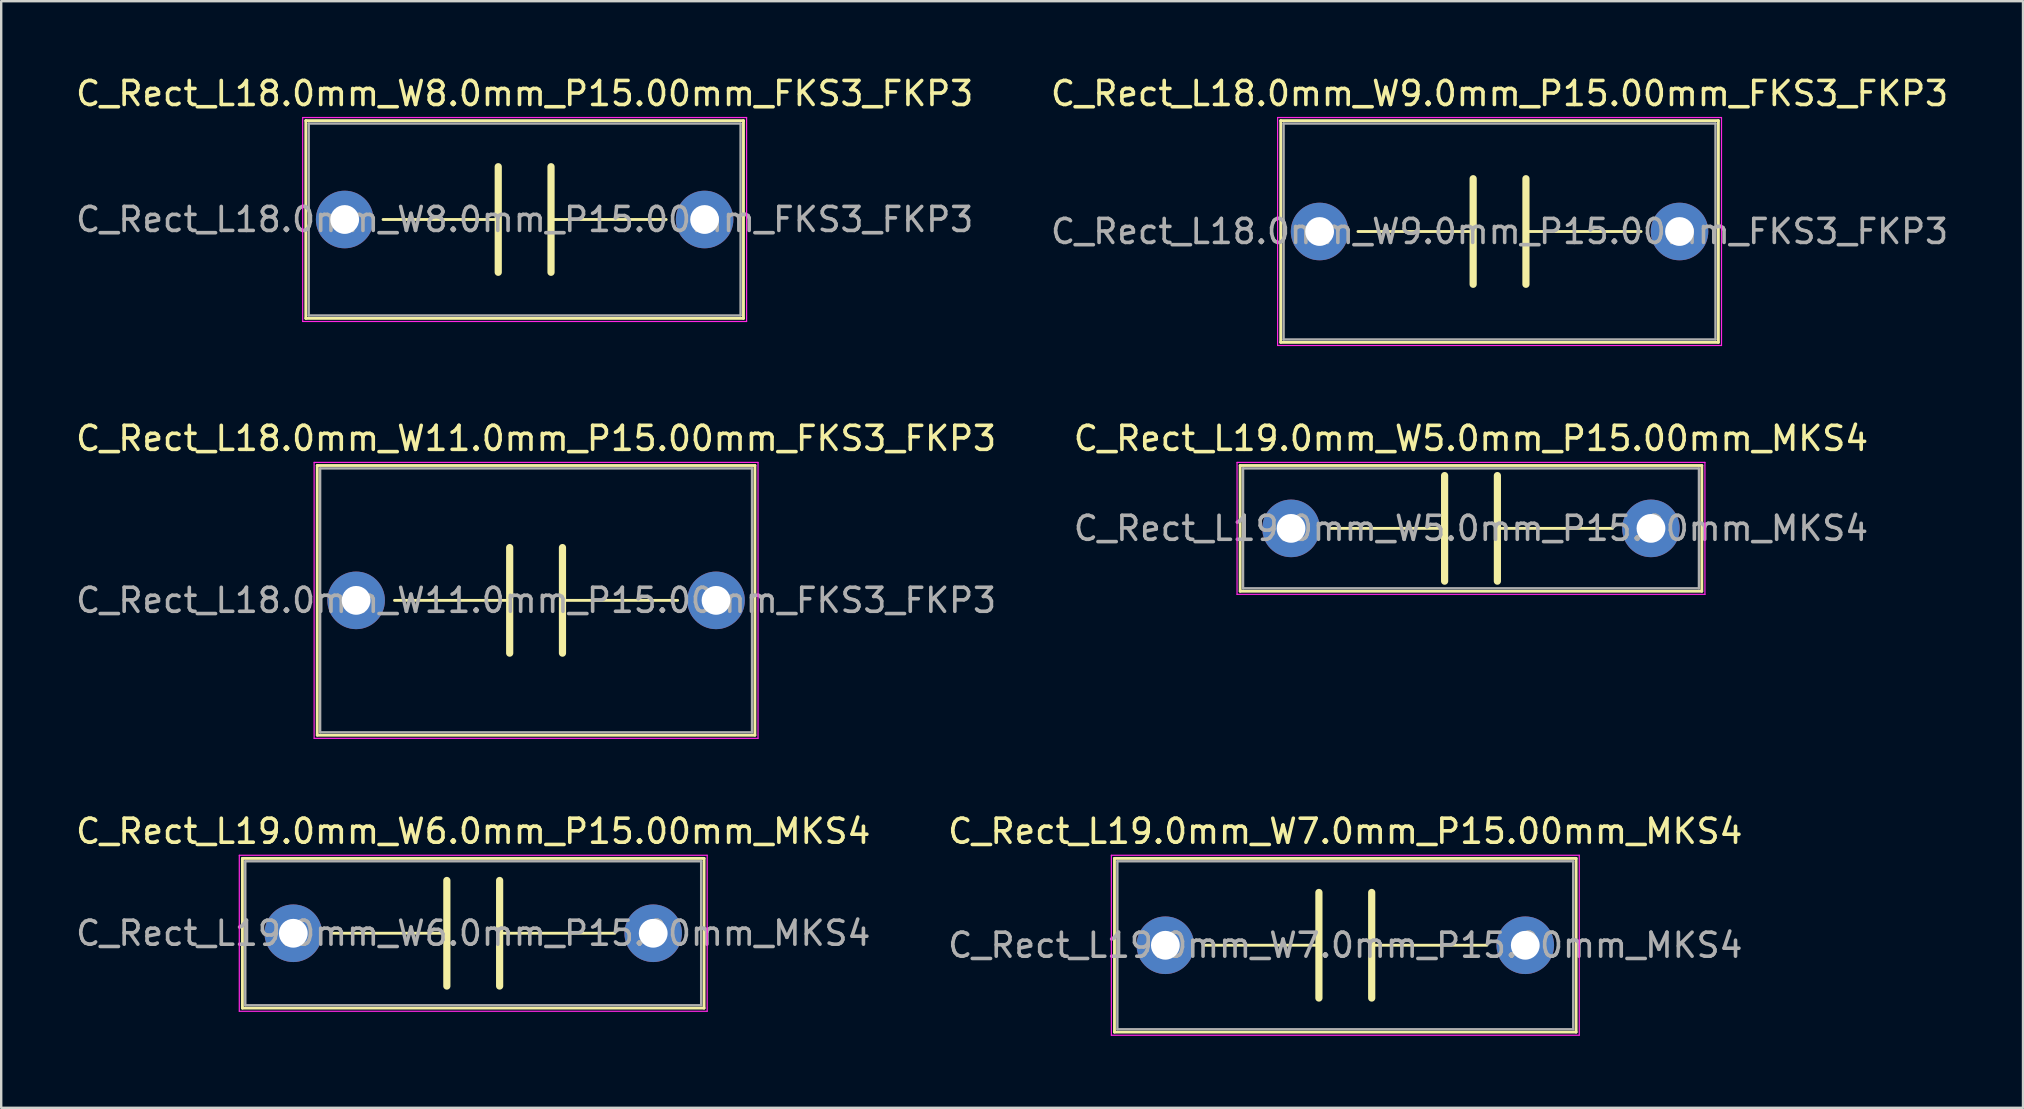
<source format=kicad_pcb>
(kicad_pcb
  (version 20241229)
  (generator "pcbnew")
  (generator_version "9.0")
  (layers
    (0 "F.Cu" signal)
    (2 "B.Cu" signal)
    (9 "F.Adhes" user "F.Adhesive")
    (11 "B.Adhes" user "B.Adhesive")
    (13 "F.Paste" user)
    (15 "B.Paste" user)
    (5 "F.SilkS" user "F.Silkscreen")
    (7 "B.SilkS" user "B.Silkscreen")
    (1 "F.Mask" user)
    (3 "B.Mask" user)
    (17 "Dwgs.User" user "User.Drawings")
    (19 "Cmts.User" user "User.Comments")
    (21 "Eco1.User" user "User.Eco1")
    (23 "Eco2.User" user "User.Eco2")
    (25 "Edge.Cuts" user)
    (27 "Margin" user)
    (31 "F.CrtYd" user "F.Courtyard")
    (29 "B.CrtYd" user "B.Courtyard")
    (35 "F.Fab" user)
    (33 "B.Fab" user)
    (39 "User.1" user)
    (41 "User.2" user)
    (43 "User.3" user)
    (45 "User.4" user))
  (footprint "C_Rect_L19.0mm_W6.0mm_P15.00mm_MKS4"
    (layer "F.Cu")
    (at 9.173 35.845)
    (property "Reference" "C_Rect_L19.0mm_W6.0mm_P15.00mm_MKS4" (at 7.5 -4.25 0) (layer "F.SilkS") (effects (font (size 1 1) (thickness 0.15))))
    (attr through_hole)
    (fp_line (start -2.12 -3.12) (end -2.12 3.12) (stroke (width 0.12) (type solid)) (layer "F.SilkS"))
    (fp_line (start -2.12 -3.12) (end 17.12 -3.12) (stroke (width 0.12) (type solid)) (layer "F.SilkS"))
    (fp_line (start -2.12 3.12) (end 17.12 3.12) (stroke (width 0.12) (type solid)) (layer "F.SilkS"))
    (fp_line (start 1.6 0) (end 6.4 0) (stroke (width 0.12) (type solid)) (layer "F.SilkS"))
    (fp_line (start 6.4 -2.2) (end 6.4 2.2) (stroke (width 0.3) (type solid)) (layer "F.SilkS"))
    (fp_line (start 8.6 -2.2) (end 8.6 2.2) (stroke (width 0.3) (type solid)) (layer "F.SilkS"))
    (fp_line (start 8.6 0) (end 13.4 0) (stroke (width 0.12) (type solid)) (layer "F.SilkS"))
    (fp_line (start 17.12 -3.12) (end 17.12 3.12) (stroke (width 0.12) (type solid)) (layer "F.SilkS"))
    (fp_line (start -2.25 -3.25) (end -2.25 3.25) (stroke (width 0.05) (type solid)) (layer "F.CrtYd"))
    (fp_line (start -2.25 3.25) (end 17.25 3.25) (stroke (width 0.05) (type solid)) (layer "F.CrtYd"))
    (fp_line (start 17.25 -3.25) (end -2.25 -3.25) (stroke (width 0.05) (type solid)) (layer "F.CrtYd"))
    (fp_line (start 17.25 3.25) (end 17.25 -3.25) (stroke (width 0.05) (type solid)) (layer "F.CrtYd"))
    (fp_line (start -2 -3) (end -2 3) (stroke (width 0.1) (type solid)) (layer "F.Fab"))
    (fp_line (start -2 3) (end 17 3) (stroke (width 0.1) (type solid)) (layer "F.Fab"))
    (fp_line (start 17 -3) (end -2 -3) (stroke (width 0.1) (type solid)) (layer "F.Fab"))
    (fp_line (start 17 3) (end 17 -3) (stroke (width 0.1) (type solid)) (layer "F.Fab"))
    (fp_text user "${REFERENCE}" (at 7.5 0 0) (layer "F.Fab") (effects (font (size 1 1) (thickness 0.15))))
    (pad "1" thru_hole circle (at 0 0) (size 2.4 2.4) (drill 1.2) (layers "*.Cu" "*.Mask"))
    (pad "2" thru_hole circle (at 15 0) (size 2.4 2.4) (drill 1.2) (layers "*.Cu" "*.Mask")))
  (footprint "C_Rect_L19.0mm_W5.0mm_P15.00mm_MKS4"
    (layer "F.Cu")
    (at 50.756 18.971)
    (property "Reference" "C_Rect_L19.0mm_W5.0mm_P15.00mm_MKS4" (at 7.5 -3.75 0) (layer "F.SilkS") (effects (font (size 1 1) (thickness 0.15))))
    (attr through_hole)
    (fp_line (start -2.12 -2.62) (end -2.12 2.62) (stroke (width 0.12) (type solid)) (layer "F.SilkS"))
    (fp_line (start -2.12 -2.62) (end 17.12 -2.62) (stroke (width 0.12) (type solid)) (layer "F.SilkS"))
    (fp_line (start -2.12 2.62) (end 17.12 2.62) (stroke (width 0.12) (type solid)) (layer "F.SilkS"))
    (fp_line (start 1.6 0) (end 6.4 0) (stroke (width 0.12) (type solid)) (layer "F.SilkS"))
    (fp_line (start 6.4 -2.2) (end 6.4 2.2) (stroke (width 0.3) (type solid)) (layer "F.SilkS"))
    (fp_line (start 8.6 -2.2) (end 8.6 2.2) (stroke (width 0.3) (type solid)) (layer "F.SilkS"))
    (fp_line (start 8.6 0) (end 13.4 0) (stroke (width 0.12) (type solid)) (layer "F.SilkS"))
    (fp_line (start 17.12 -2.62) (end 17.12 2.62) (stroke (width 0.12) (type solid)) (layer "F.SilkS"))
    (fp_line (start -2.25 -2.75) (end -2.25 2.75) (stroke (width 0.05) (type solid)) (layer "F.CrtYd"))
    (fp_line (start -2.25 2.75) (end 17.25 2.75) (stroke (width 0.05) (type solid)) (layer "F.CrtYd"))
    (fp_line (start 17.25 -2.75) (end -2.25 -2.75) (stroke (width 0.05) (type solid)) (layer "F.CrtYd"))
    (fp_line (start 17.25 2.75) (end 17.25 -2.75) (stroke (width 0.05) (type solid)) (layer "F.CrtYd"))
    (fp_line (start -2 -2.5) (end -2 2.5) (stroke (width 0.1) (type solid)) (layer "F.Fab"))
    (fp_line (start -2 2.5) (end 17 2.5) (stroke (width 0.1) (type solid)) (layer "F.Fab"))
    (fp_line (start 17 -2.5) (end -2 -2.5) (stroke (width 0.1) (type solid)) (layer "F.Fab"))
    (fp_line (start 17 2.5) (end 17 -2.5) (stroke (width 0.1) (type solid)) (layer "F.Fab"))
    (fp_text user "${REFERENCE}" (at 7.5 0 0) (layer "F.Fab") (effects (font (size 1 1) (thickness 0.15))))
    (pad "1" thru_hole circle (at 0 0) (size 2.4 2.4) (drill 1.2) (layers "*.Cu" "*.Mask"))
    (pad "2" thru_hole circle (at 15 0) (size 2.4 2.4) (drill 1.2) (layers "*.Cu" "*.Mask")))
  (footprint "C_Rect_L18.0mm_W11.0mm_P15.00mm_FKS3_FKP3"
    (layer "F.Cu")
    (at 11.792 21.971)
    (property "Reference" "C_Rect_L18.0mm_W11.0mm_P15.00mm_FKS3_FKP3" (at 7.5 -6.75 0) (layer "F.SilkS") (effects (font (size 1 1) (thickness 0.15))))
    (attr through_hole)
    (fp_line (start -1.62 -5.62) (end -1.62 5.62) (stroke (width 0.12) (type solid)) (layer "F.SilkS"))
    (fp_line (start -1.62 -5.62) (end 16.62 -5.62) (stroke (width 0.12) (type solid)) (layer "F.SilkS"))
    (fp_line (start -1.62 5.62) (end 16.62 5.62) (stroke (width 0.12) (type solid)) (layer "F.SilkS"))
    (fp_line (start 1.6 0) (end 6.4 0) (stroke (width 0.12) (type solid)) (layer "F.SilkS"))
    (fp_line (start 6.4 -2.2) (end 6.4 2.2) (stroke (width 0.3) (type solid)) (layer "F.SilkS"))
    (fp_line (start 8.6 -2.2) (end 8.6 2.2) (stroke (width 0.3) (type solid)) (layer "F.SilkS"))
    (fp_line (start 8.6 0) (end 13.4 0) (stroke (width 0.12) (type solid)) (layer "F.SilkS"))
    (fp_line (start 16.62 -5.62) (end 16.62 5.62) (stroke (width 0.12) (type solid)) (layer "F.SilkS"))
    (fp_line (start -1.75 -5.75) (end -1.75 5.75) (stroke (width 0.05) (type solid)) (layer "F.CrtYd"))
    (fp_line (start -1.75 5.75) (end 16.75 5.75) (stroke (width 0.05) (type solid)) (layer "F.CrtYd"))
    (fp_line (start 16.75 -5.75) (end -1.75 -5.75) (stroke (width 0.05) (type solid)) (layer "F.CrtYd"))
    (fp_line (start 16.75 5.75) (end 16.75 -5.75) (stroke (width 0.05) (type solid)) (layer "F.CrtYd"))
    (fp_line (start -1.5 -5.5) (end -1.5 5.5) (stroke (width 0.1) (type solid)) (layer "F.Fab"))
    (fp_line (start -1.5 5.5) (end 16.5 5.5) (stroke (width 0.1) (type solid)) (layer "F.Fab"))
    (fp_line (start 16.5 -5.5) (end -1.5 -5.5) (stroke (width 0.1) (type solid)) (layer "F.Fab"))
    (fp_line (start 16.5 5.5) (end 16.5 -5.5) (stroke (width 0.1) (type solid)) (layer "F.Fab"))
    (fp_text user "${REFERENCE}" (at 7.5 0 0) (layer "F.Fab") (effects (font (size 1 1) (thickness 0.15))))
    (pad "1" thru_hole circle (at 0 0) (size 2.4 2.4) (drill 1.2) (layers "*.Cu" "*.Mask"))
    (pad "2" thru_hole circle (at 15 0) (size 2.4 2.4) (drill 1.2) (layers "*.Cu" "*.Mask")))
  (footprint "C_Rect_L19.0mm_W7.0mm_P15.00mm_MKS4"
    (layer "F.Cu")
    (at 45.518 36.345)
    (property "Reference" "C_Rect_L19.0mm_W7.0mm_P15.00mm_MKS4" (at 7.5 -4.75 0) (layer "F.SilkS") (effects (font (size 1 1) (thickness 0.15))))
    (attr through_hole)
    (fp_line (start -2.12 -3.62) (end -2.12 3.62) (stroke (width 0.12) (type solid)) (layer "F.SilkS"))
    (fp_line (start -2.12 -3.62) (end 17.12 -3.62) (stroke (width 0.12) (type solid)) (layer "F.SilkS"))
    (fp_line (start -2.12 3.62) (end 17.12 3.62) (stroke (width 0.12) (type solid)) (layer "F.SilkS"))
    (fp_line (start 1.6 0) (end 6.4 0) (stroke (width 0.12) (type solid)) (layer "F.SilkS"))
    (fp_line (start 6.4 -2.2) (end 6.4 2.2) (stroke (width 0.3) (type solid)) (layer "F.SilkS"))
    (fp_line (start 8.6 -2.2) (end 8.6 2.2) (stroke (width 0.3) (type solid)) (layer "F.SilkS"))
    (fp_line (start 8.6 0) (end 13.4 0) (stroke (width 0.12) (type solid)) (layer "F.SilkS"))
    (fp_line (start 17.12 -3.62) (end 17.12 3.62) (stroke (width 0.12) (type solid)) (layer "F.SilkS"))
    (fp_line (start -2.25 -3.75) (end -2.25 3.75) (stroke (width 0.05) (type solid)) (layer "F.CrtYd"))
    (fp_line (start -2.25 3.75) (end 17.25 3.75) (stroke (width 0.05) (type solid)) (layer "F.CrtYd"))
    (fp_line (start 17.25 -3.75) (end -2.25 -3.75) (stroke (width 0.05) (type solid)) (layer "F.CrtYd"))
    (fp_line (start 17.25 3.75) (end 17.25 -3.75) (stroke (width 0.05) (type solid)) (layer "F.CrtYd"))
    (fp_line (start -2 -3.5) (end -2 3.5) (stroke (width 0.1) (type solid)) (layer "F.Fab"))
    (fp_line (start -2 3.5) (end 17 3.5) (stroke (width 0.1) (type solid)) (layer "F.Fab"))
    (fp_line (start 17 -3.5) (end -2 -3.5) (stroke (width 0.1) (type solid)) (layer "F.Fab"))
    (fp_line (start 17 3.5) (end 17 -3.5) (stroke (width 0.1) (type solid)) (layer "F.Fab"))
    (fp_text user "${REFERENCE}" (at 7.5 0 0) (layer "F.Fab") (effects (font (size 1 1) (thickness 0.15))))
    (pad "1" thru_hole circle (at 0 0) (size 2.4 2.4) (drill 1.2) (layers "*.Cu" "*.Mask"))
    (pad "2" thru_hole circle (at 15 0) (size 2.4 2.4) (drill 1.2) (layers "*.Cu" "*.Mask")))
  (footprint "C_Rect_L18.0mm_W8.0mm_P15.00mm_FKS3_FKP3"
    (layer "F.Cu")
    (at 11.315 6.098)
    (property "Reference" "C_Rect_L18.0mm_W8.0mm_P15.00mm_FKS3_FKP3" (at 7.5 -5.25 0) (layer "F.SilkS") (effects (font (size 1 1) (thickness 0.15))))
    (attr through_hole)
    (fp_line (start -1.62 -4.12) (end -1.62 4.12) (stroke (width 0.12) (type solid)) (layer "F.SilkS"))
    (fp_line (start -1.62 -4.12) (end 16.62 -4.12) (stroke (width 0.12) (type solid)) (layer "F.SilkS"))
    (fp_line (start -1.62 4.12) (end 16.62 4.12) (stroke (width 0.12) (type solid)) (layer "F.SilkS"))
    (fp_line (start 1.6 0) (end 6.4 0) (stroke (width 0.12) (type solid)) (layer "F.SilkS"))
    (fp_line (start 6.4 -2.2) (end 6.4 2.2) (stroke (width 0.3) (type solid)) (layer "F.SilkS"))
    (fp_line (start 8.6 -2.2) (end 8.6 2.2) (stroke (width 0.3) (type solid)) (layer "F.SilkS"))
    (fp_line (start 8.6 0) (end 13.4 0) (stroke (width 0.12) (type solid)) (layer "F.SilkS"))
    (fp_line (start 16.62 -4.12) (end 16.62 4.12) (stroke (width 0.12) (type solid)) (layer "F.SilkS"))
    (fp_line (start -1.75 -4.25) (end -1.75 4.25) (stroke (width 0.05) (type solid)) (layer "F.CrtYd"))
    (fp_line (start -1.75 4.25) (end 16.75 4.25) (stroke (width 0.05) (type solid)) (layer "F.CrtYd"))
    (fp_line (start 16.75 -4.25) (end -1.75 -4.25) (stroke (width 0.05) (type solid)) (layer "F.CrtYd"))
    (fp_line (start 16.75 4.25) (end 16.75 -4.25) (stroke (width 0.05) (type solid)) (layer "F.CrtYd"))
    (fp_line (start -1.5 -4) (end -1.5 4) (stroke (width 0.1) (type solid)) (layer "F.Fab"))
    (fp_line (start -1.5 4) (end 16.5 4) (stroke (width 0.1) (type solid)) (layer "F.Fab"))
    (fp_line (start 16.5 -4) (end -1.5 -4) (stroke (width 0.1) (type solid)) (layer "F.Fab"))
    (fp_line (start 16.5 4) (end 16.5 -4) (stroke (width 0.1) (type solid)) (layer "F.Fab"))
    (fp_text user "${REFERENCE}" (at 7.5 0 0) (layer "F.Fab") (effects (font (size 1 1) (thickness 0.15))))
    (pad "1" thru_hole circle (at 0 0) (size 2.4 2.4) (drill 1.2) (layers "*.Cu" "*.Mask"))
    (pad "2" thru_hole circle (at 15 0) (size 2.4 2.4) (drill 1.2) (layers "*.Cu" "*.Mask")))
  (footprint "C_Rect_L18.0mm_W9.0mm_P15.00mm_FKS3_FKP3"
    (layer "F.Cu")
    (at 51.946 6.598)
    (property "Reference" "C_Rect_L18.0mm_W9.0mm_P15.00mm_FKS3_FKP3" (at 7.5 -5.75 0) (layer "F.SilkS") (effects (font (size 1 1) (thickness 0.15))))
    (attr through_hole)
    (fp_line (start -1.62 -4.62) (end -1.62 4.62) (stroke (width 0.12) (type solid)) (layer "F.SilkS"))
    (fp_line (start -1.62 -4.62) (end 16.62 -4.62) (stroke (width 0.12) (type solid)) (layer "F.SilkS"))
    (fp_line (start -1.62 4.62) (end 16.62 4.62) (stroke (width 0.12) (type solid)) (layer "F.SilkS"))
    (fp_line (start 1.6 0) (end 6.4 0) (stroke (width 0.12) (type solid)) (layer "F.SilkS"))
    (fp_line (start 6.4 -2.2) (end 6.4 2.2) (stroke (width 0.3) (type solid)) (layer "F.SilkS"))
    (fp_line (start 8.6 -2.2) (end 8.6 2.2) (stroke (width 0.3) (type solid)) (layer "F.SilkS"))
    (fp_line (start 8.6 0) (end 13.4 0) (stroke (width 0.12) (type solid)) (layer "F.SilkS"))
    (fp_line (start 16.62 -4.62) (end 16.62 4.62) (stroke (width 0.12) (type solid)) (layer "F.SilkS"))
    (fp_line (start -1.75 -4.75) (end -1.75 4.75) (stroke (width 0.05) (type solid)) (layer "F.CrtYd"))
    (fp_line (start -1.75 4.75) (end 16.75 4.75) (stroke (width 0.05) (type solid)) (layer "F.CrtYd"))
    (fp_line (start 16.75 -4.75) (end -1.75 -4.75) (stroke (width 0.05) (type solid)) (layer "F.CrtYd"))
    (fp_line (start 16.75 4.75) (end 16.75 -4.75) (stroke (width 0.05) (type solid)) (layer "F.CrtYd"))
    (fp_line (start -1.5 -4.5) (end -1.5 4.5) (stroke (width 0.1) (type solid)) (layer "F.Fab"))
    (fp_line (start -1.5 4.5) (end 16.5 4.5) (stroke (width 0.1) (type solid)) (layer "F.Fab"))
    (fp_line (start 16.5 -4.5) (end -1.5 -4.5) (stroke (width 0.1) (type solid)) (layer "F.Fab"))
    (fp_line (start 16.5 4.5) (end 16.5 -4.5) (stroke (width 0.1) (type solid)) (layer "F.Fab"))
    (fp_text user "${REFERENCE}" (at 7.5 0 0) (layer "F.Fab") (effects (font (size 1 1) (thickness 0.15))))
    (pad "1" thru_hole circle (at 0 0) (size 2.4 2.4) (drill 1.2) (layers "*.Cu" "*.Mask"))
    (pad "2" thru_hole circle (at 15 0) (size 2.4 2.4) (drill 1.2) (layers "*.Cu" "*.Mask")))
  (gr_rect
    (start -3 -3)
    (end 81.262 43.12)
    (stroke (width 0.1) (type default))
    (fill no)
    (layer "Edge.Cuts")))
</source>
